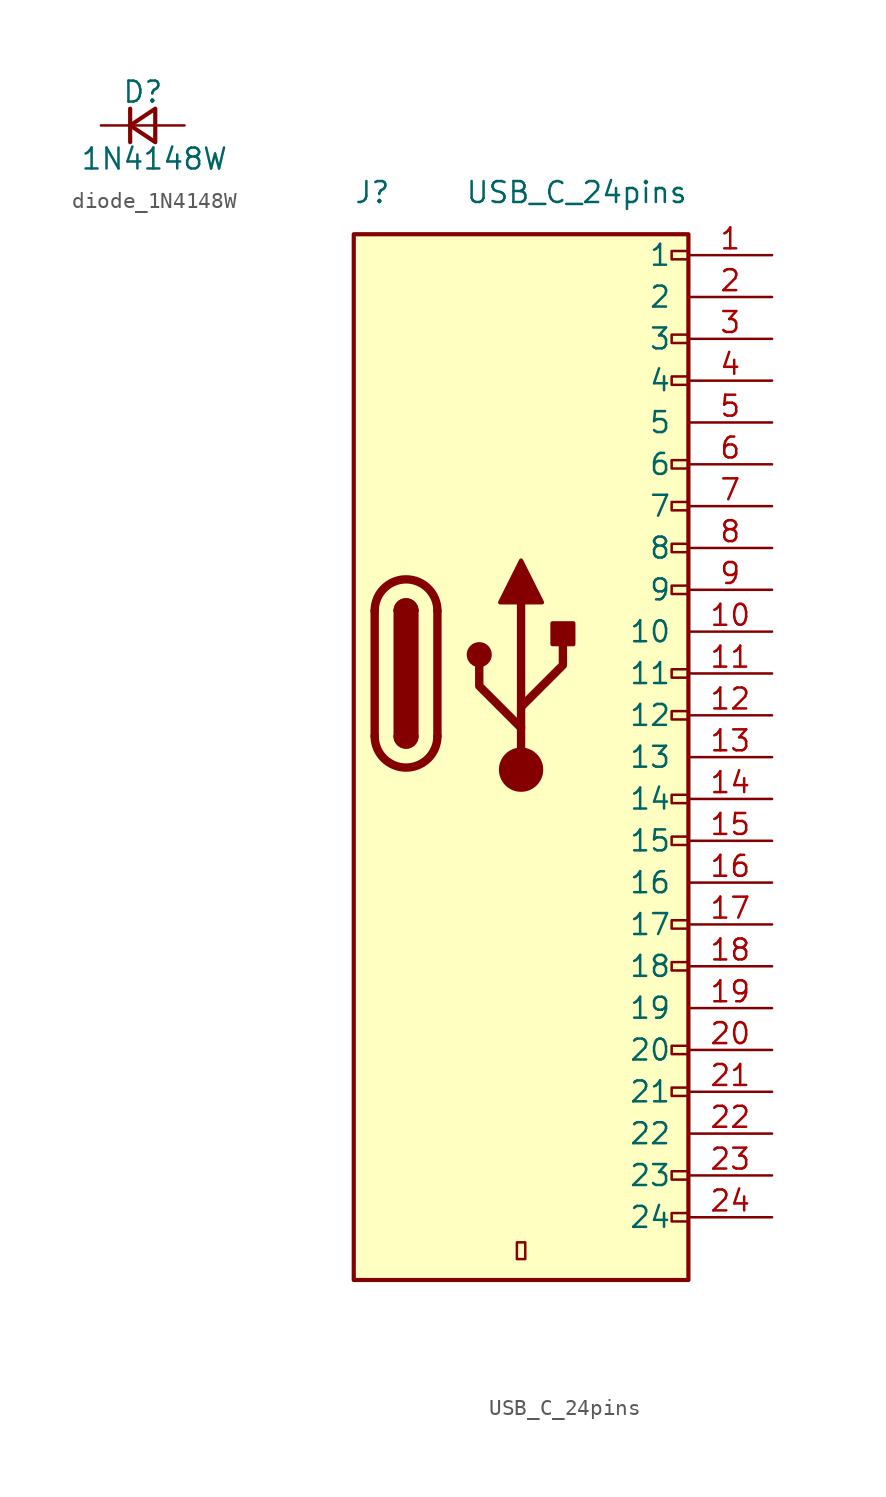
<source format=kicad_sym>
(kicad_symbol_lib
  (version 20231120)
  (generator "kicad_symbol_editor")
  (generator_version "8.0")
  (symbol "diode_1N4148W"
    (pin_numbers hide)
    (pin_names
      (offset 0.254) hide)
    (property "Reference" "D"
      (at -1.27 2.032 0)
      (effects (font (size 1.27 1.27)) (justify left)))
    (property "Value" "1N4148W"
      (at -3.81 -2.032 0)
      (effects (font (size 1.27 1.27)) (justify left)))
    (symbol "diode_1N4148W_0_1"
      (polyline (pts (xy -0.762 -1.016) (xy -0.762 1.016)) (stroke (width 0.254) (type default)) (fill (type none)))
      (polyline (pts (xy -0.762 0) (xy 0.762 0)) (stroke (width 0) (type default)) (fill (type none)))
      (polyline (pts (xy 0.762 -1.016) (xy -0.762 0) (xy 0.762 1.016) (xy 0.762 -1.016)) (stroke (width 0.254) (type default)) (fill (type none))))
    (symbol "diode_1N4148W_1_1"
      (pin passive line (at -2.54 0 0) (length 1.778) (name "K" (effects (font (size 1.27 1.27)))) (number "1" (effects (font (size 1.27 1.27)))))
      (pin passive line (at 2.54 0 180) (length 1.778) (name "A" (effects (font (size 1.27 1.27)))) (number "2" (effects (font (size 1.27 1.27)))))))
  (symbol "USB_C_24pins"
    (pin_names
      (offset 1.016))
    (property "Reference" "J"
      (at -10.16 29.21 0)
      (effects (font (size 1.27 1.27)) (justify left)))
    (property "Value" "USB_C_24pins"
      (at 10.16 29.21 0)
      (effects (font (size 1.27 1.27)) (justify right)))
    (symbol "USB_C_24pins_0_0"
      (rectangle (start -0.254 -35.56) (end 0.254 -34.544) (stroke (width 0) (type default)) (fill (type none)))
      (rectangle (start 10.16 -32.766) (end 9.144 -33.274) (stroke (width 0) (type default)) (fill (type none)))
      (rectangle (start 10.16 -30.226) (end 9.144 -30.734) (stroke (width 0) (type default)) (fill (type none)))
      (rectangle (start 10.16 -25.146) (end 9.144 -25.654) (stroke (width 0) (type default)) (fill (type none)))
      (rectangle (start 10.16 -22.606) (end 9.144 -23.114) (stroke (width 0) (type default)) (fill (type none)))
      (rectangle (start 10.16 -17.526) (end 9.144 -18.034) (stroke (width 0) (type default)) (fill (type none)))
      (rectangle (start 10.16 -14.986) (end 9.144 -15.494) (stroke (width 0) (type default)) (fill (type none)))
      (rectangle (start 10.16 -9.906) (end 9.144 -10.414) (stroke (width 0) (type default)) (fill (type none)))
      (rectangle (start 10.16 -7.366) (end 9.144 -7.874) (stroke (width 0) (type default)) (fill (type none)))
      (rectangle (start 10.16 -2.286) (end 9.144 -2.794) (stroke (width 0) (type default)) (fill (type none)))
      (rectangle (start 10.16 0.254) (end 9.144 -0.254) (stroke (width 0) (type default)) (fill (type none)))
      (rectangle (start 10.16 5.334) (end 9.144 4.826) (stroke (width 0) (type default)) (fill (type none)))
      (rectangle (start 10.16 7.874) (end 9.144 7.366) (stroke (width 0) (type default)) (fill (type none)))
      (rectangle (start 10.16 10.414) (end 9.144 9.906) (stroke (width 0) (type default)) (fill (type none)))
      (rectangle (start 10.16 12.954) (end 9.144 12.446) (stroke (width 0) (type default)) (fill (type none)))
      (rectangle (start 10.16 18.034) (end 9.144 17.526) (stroke (width 0) (type default)) (fill (type none)))
      (rectangle (start 10.16 20.574) (end 9.144 20.066) (stroke (width 0) (type default)) (fill (type none)))
      (rectangle (start 10.16 25.654) (end 9.144 25.146) (stroke (width 0) (type default)) (fill (type none))))
    (symbol "USB_C_24pins_0_1"
      (arc (start -8.89 -3.81) (mid -6.985 -5.7067) (end -5.08 -3.81) (stroke (width 0.508) (type default)) (fill (type none)))
      (arc (start -7.62 -3.81) (mid -6.985 -4.4423) (end -6.35 -3.81) (stroke (width 0.254) (type default)) (fill (type none)))
      (arc (start -7.62 -3.81) (mid -6.985 -4.4423) (end -6.35 -3.81) (stroke (width 0.254) (type default)) (fill (type outline)))
      (rectangle (start -7.62 -3.81) (end -6.35 3.81) (stroke (width 0.254) (type default)) (fill (type outline)))
      (arc (start -6.35 3.81) (mid -6.985 4.4423) (end -7.62 3.81) (stroke (width 0.254) (type default)) (fill (type none)))
      (arc (start -6.35 3.81) (mid -6.985 4.4423) (end -7.62 3.81) (stroke (width 0.254) (type default)) (fill (type outline)))
      (arc (start -5.08 3.81) (mid -6.985 5.7067) (end -8.89 3.81) (stroke (width 0.508) (type default)) (fill (type none)))
      (polyline (pts (xy -8.89 -3.81) (xy -8.89 3.81)) (stroke (width 0.508) (type default)) (fill (type none)))
      (polyline (pts (xy -5.08 3.81) (xy -5.08 -3.81)) (stroke (width 0.508) (type default)) (fill (type none))))
    (symbol "USB_C_24pins_1_1"
      (rectangle (start -10.16 26.67) (end 10.16 -36.83) (stroke (width 0.254) (type default)) (fill (type background)))
      (circle (center -2.54 1.143) (radius 0.635) (stroke (width 0.254) (type default)) (fill (type outline)))
      (circle (center 0 -5.842) (radius 1.27) (stroke (width 0) (type default)) (fill (type outline)))
      (polyline (pts (xy 0 -5.842) (xy 0 4.318)) (stroke (width 0.508) (type default)) (fill (type none)))
      (polyline (pts (xy 0 -3.302) (xy -2.54 -0.762) (xy -2.54 0.508)) (stroke (width 0.508) (type default)) (fill (type none)))
      (polyline (pts (xy 0 -2.032) (xy 2.54 0.508) (xy 2.54 1.778)) (stroke (width 0.508) (type default)) (fill (type none)))
      (polyline (pts (xy -1.27 4.318) (xy 0 6.858) (xy 1.27 4.318) (xy -1.27 4.318)) (stroke (width 0.254) (type default)) (fill (type outline)))
      (rectangle (start 1.905 1.778) (end 3.175 3.048) (stroke (width 0.254) (type default)) (fill (type outline)))
      (pin bidirectional line (at 15.24 25.4 180) (length 5.08) (name "1" (effects (font (size 1.27 1.27)))) (number "1" (effects (font (size 1.27 1.27)))))
      (pin bidirectional line (at 15.24 2.54 180) (length 5.08) (name "10" (effects (font (size 1.27 1.27)))) (number "10" (effects (font (size 1.27 1.27)))))
      (pin bidirectional line (at 15.24 0 180) (length 5.08) (name "11" (effects (font (size 1.27 1.27)))) (number "11" (effects (font (size 1.27 1.27)))))
      (pin bidirectional line (at 15.24 -2.54 180) (length 5.08) (name "12" (effects (font (size 1.27 1.27)))) (number "12" (effects (font (size 1.27 1.27)))))
      (pin bidirectional line (at 15.24 -5.08 180) (length 5.08) (name "13" (effects (font (size 1.27 1.27)))) (number "13" (effects (font (size 1.27 1.27)))))
      (pin bidirectional line (at 15.24 -7.62 180) (length 5.08) (name "14" (effects (font (size 1.27 1.27)))) (number "14" (effects (font (size 1.27 1.27)))))
      (pin bidirectional line (at 15.24 -10.16 180) (length 5.08) (name "15" (effects (font (size 1.27 1.27)))) (number "15" (effects (font (size 1.27 1.27)))))
      (pin bidirectional line (at 15.24 -12.7 180) (length 5.08) (name "16" (effects (font (size 1.27 1.27)))) (number "16" (effects (font (size 1.27 1.27)))))
      (pin bidirectional line (at 15.24 -15.24 180) (length 5.08) (name "17" (effects (font (size 1.27 1.27)))) (number "17" (effects (font (size 1.27 1.27)))))
      (pin bidirectional line (at 15.24 -17.78 180) (length 5.08) (name "18" (effects (font (size 1.27 1.27)))) (number "18" (effects (font (size 1.27 1.27)))))
      (pin bidirectional line (at 15.24 -20.32 180) (length 5.08) (name "19" (effects (font (size 1.27 1.27)))) (number "19" (effects (font (size 1.27 1.27)))))
      (pin bidirectional line (at 15.24 22.86 180) (length 5.08) (name "2" (effects (font (size 1.27 1.27)))) (number "2" (effects (font (size 1.27 1.27)))))
      (pin bidirectional line (at 15.24 -22.86 180) (length 5.08) (name "20" (effects (font (size 1.27 1.27)))) (number "20" (effects (font (size 1.27 1.27)))))
      (pin bidirectional line (at 15.24 -25.4 180) (length 5.08) (name "21" (effects (font (size 1.27 1.27)))) (number "21" (effects (font (size 1.27 1.27)))))
      (pin bidirectional line (at 15.24 -27.94 180) (length 5.08) (name "22" (effects (font (size 1.27 1.27)))) (number "22" (effects (font (size 1.27 1.27)))))
      (pin bidirectional line (at 15.24 -30.48 180) (length 5.08) (name "23" (effects (font (size 1.27 1.27)))) (number "23" (effects (font (size 1.27 1.27)))))
      (pin bidirectional line (at 15.24 -33.02 180) (length 5.08) (name "24" (effects (font (size 1.27 1.27)))) (number "24" (effects (font (size 1.27 1.27)))))
      (pin bidirectional line (at 15.24 20.32 180) (length 5.08) (name "3" (effects (font (size 1.27 1.27)))) (number "3" (effects (font (size 1.27 1.27)))))
      (pin bidirectional line (at 15.24 17.78 180) (length 5.08) (name "4" (effects (font (size 1.27 1.27)))) (number "4" (effects (font (size 1.27 1.27)))))
      (pin bidirectional line (at 15.24 15.24 180) (length 5.08) (name "5" (effects (font (size 1.27 1.27)))) (number "5" (effects (font (size 1.27 1.27)))))
      (pin bidirectional line (at 15.24 12.7 180) (length 5.08) (name "6" (effects (font (size 1.27 1.27)))) (number "6" (effects (font (size 1.27 1.27)))))
      (pin bidirectional line (at 15.24 10.16 180) (length 5.08) (name "7" (effects (font (size 1.27 1.27)))) (number "7" (effects (font (size 1.27 1.27)))))
      (pin bidirectional line (at 15.24 7.62 180) (length 5.08) (name "8" (effects (font (size 1.27 1.27)))) (number "8" (effects (font (size 1.27 1.27)))))
      (pin bidirectional line (at 15.24 5.08 180) (length 5.08) (name "9" (effects (font (size 1.27 1.27)))) (number "9" (effects (font (size 1.27 1.27))))))))
</source>
